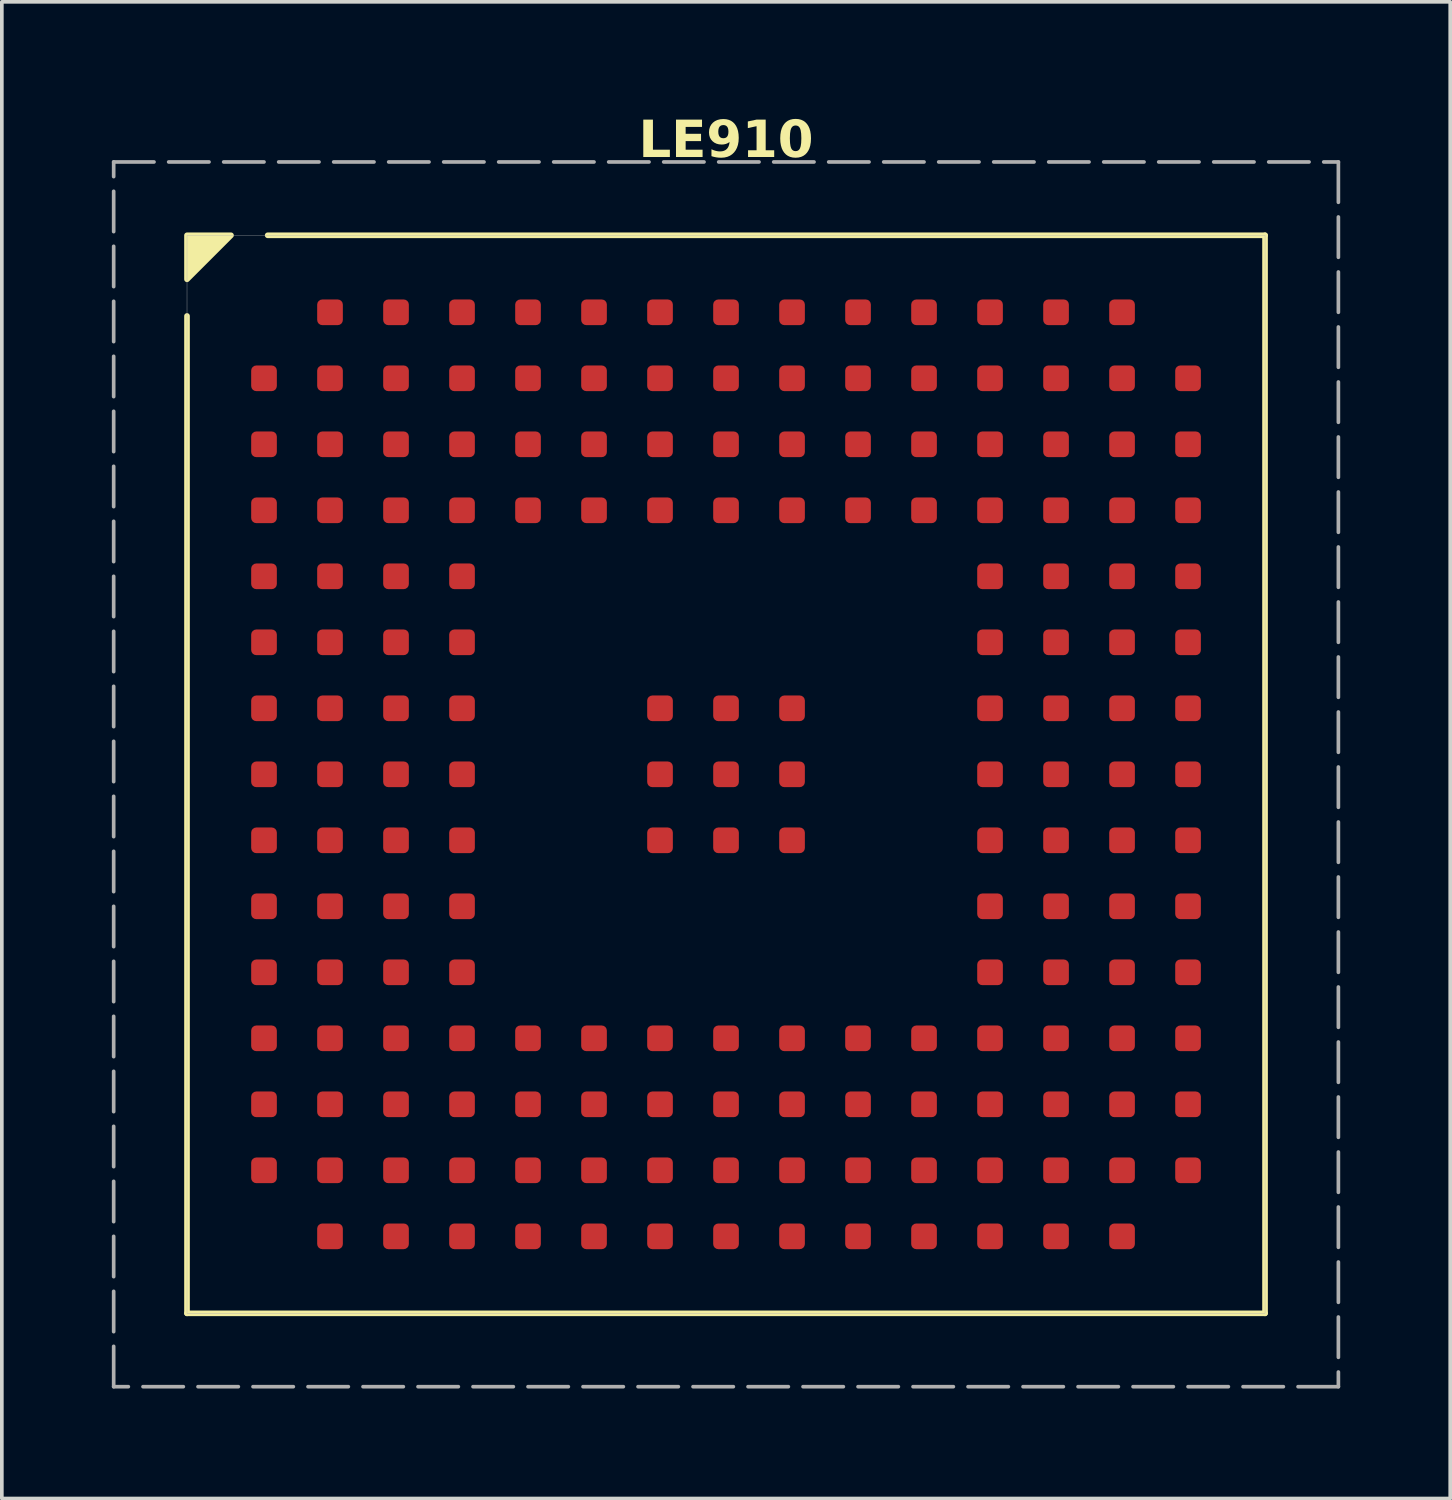
<source format=kicad_pcb>
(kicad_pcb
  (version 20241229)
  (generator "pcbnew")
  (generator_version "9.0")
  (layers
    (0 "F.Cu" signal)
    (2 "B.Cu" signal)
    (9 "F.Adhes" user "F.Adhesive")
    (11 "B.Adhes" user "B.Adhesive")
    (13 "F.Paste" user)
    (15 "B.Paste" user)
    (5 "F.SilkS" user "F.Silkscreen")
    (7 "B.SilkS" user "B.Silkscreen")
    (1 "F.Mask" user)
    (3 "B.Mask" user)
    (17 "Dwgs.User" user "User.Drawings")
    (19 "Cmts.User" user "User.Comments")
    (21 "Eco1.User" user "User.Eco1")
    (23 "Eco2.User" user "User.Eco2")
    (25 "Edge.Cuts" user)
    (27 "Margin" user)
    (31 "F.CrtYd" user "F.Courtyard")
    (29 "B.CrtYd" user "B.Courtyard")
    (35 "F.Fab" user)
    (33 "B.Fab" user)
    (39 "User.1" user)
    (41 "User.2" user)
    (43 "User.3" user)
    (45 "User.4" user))
  (footprint "LE910"
    (layer "F.Cu")
    (at 16.75 18.067)
    (property "Reference" "LE910" (at 0 -17.25 0) (unlocked yes) (layer "F.SilkS") (effects (font (face "Arial") (size 1 1) (thickness 0.2) (bold yes))))
    (attr smd)
    (fp_line (start -14.7 14.7) (end -14.7 -12.5) (stroke (width 0.154) (type default)) (layer "F.SilkS"))
    (fp_line (start -14.7 14.7) (end 14.7 14.7) (stroke (width 0.154) (type default)) (layer "F.SilkS"))
    (fp_line (start -12.5 -14.7) (end 14.7 -14.7) (stroke (width 0.154) (type default)) (layer "F.SilkS"))
    (fp_line (start 14.7 -14.7) (end 14.7 14.7) (stroke (width 0.154) (type default)) (layer "F.SilkS"))
    (fp_poly (pts (xy -14.7 -14.7) (xy -14.7 -13.5) (xy -13.5 -14.7)) (stroke (width 0.154) (type solid)) (fill yes) (layer "F.SilkS"))
    (fp_rect (start -16.7 -16.7) (end 16.7 16.7) (stroke (width 0.1) (type dash)) (fill no) (layer "F.Fab"))
    (fp_rect (start -14.7 -14.7) (end 14.7 14.7) (stroke (width 0.01) (type solid)) (fill no) (layer "F.Fab"))
    (pad "A2" smd roundrect (at -12.6 -10.8) (size 0.7 0.7) (layers "F.Cu" "F.Mask" "F.Paste") (roundrect_rratio 0.2))
    (pad "A3" smd roundrect (at -12.6 -9) (size 0.7 0.7) (layers "F.Cu" "F.Mask" "F.Paste") (roundrect_rratio 0.2))
    (pad "A4" smd roundrect (at -12.6 -7.2) (size 0.7 0.7) (layers "F.Cu" "F.Mask" "F.Paste") (roundrect_rratio 0.2))
    (pad "A5" smd roundrect (at -12.6 -5.4) (size 0.7 0.7) (layers "F.Cu" "F.Mask" "F.Paste") (roundrect_rratio 0.2))
    (pad "A6" smd roundrect (at -12.6 -3.6) (size 0.7 0.7) (layers "F.Cu" "F.Mask" "F.Paste") (roundrect_rratio 0.2))
    (pad "A7" smd roundrect (at -12.6 -1.8) (size 0.7 0.7) (layers "F.Cu" "F.Mask" "F.Paste") (roundrect_rratio 0.2))
    (pad "A8" smd roundrect (at -12.6 0) (size 0.7 0.7) (layers "F.Cu" "F.Mask" "F.Paste") (roundrect_rratio 0.2))
    (pad "A9" smd roundrect (at -12.6 1.8) (size 0.7 0.7) (layers "F.Cu" "F.Mask" "F.Paste") (roundrect_rratio 0.2))
    (pad "A10" smd roundrect (at -12.6 3.6) (size 0.7 0.7) (layers "F.Cu" "F.Mask" "F.Paste") (roundrect_rratio 0.2))
    (pad "A11" smd roundrect (at -12.6 5.4) (size 0.7 0.7) (layers "F.Cu" "F.Mask" "F.Paste") (roundrect_rratio 0.2))
    (pad "A12" smd roundrect (at -12.6 7.2) (size 0.7 0.7) (layers "F.Cu" "F.Mask" "F.Paste") (roundrect_rratio 0.2))
    (pad "A13" smd roundrect (at -12.6 9) (size 0.7 0.7) (layers "F.Cu" "F.Mask" "F.Paste") (roundrect_rratio 0.2))
    (pad "A14" smd roundrect (at -12.6 10.8) (size 0.7 0.7) (layers "F.Cu" "F.Mask" "F.Paste") (roundrect_rratio 0.2))
    (pad "B1" smd roundrect (at -10.8 -12.6) (size 0.7 0.7) (layers "F.Cu" "F.Mask" "F.Paste") (roundrect_rratio 0.2))
    (pad "B2" smd roundrect (at -10.8 -10.8) (size 0.7 0.7) (layers "F.Cu" "F.Mask" "F.Paste") (roundrect_rratio 0.2))
    (pad "B3" smd roundrect (at -10.8 -9) (size 0.7 0.7) (layers "F.Cu" "F.Mask" "F.Paste") (roundrect_rratio 0.2))
    (pad "B4" smd roundrect (at -10.8 -7.2) (size 0.7 0.7) (layers "F.Cu" "F.Mask" "F.Paste") (roundrect_rratio 0.2))
    (pad "B5" smd roundrect (at -10.8 -5.4) (size 0.7 0.7) (layers "F.Cu" "F.Mask" "F.Paste") (roundrect_rratio 0.2))
    (pad "B6" smd roundrect (at -10.8 -3.6) (size 0.7 0.7) (layers "F.Cu" "F.Mask" "F.Paste") (roundrect_rratio 0.2))
    (pad "B7" smd roundrect (at -10.8 -1.8) (size 0.7 0.7) (layers "F.Cu" "F.Mask" "F.Paste") (roundrect_rratio 0.2))
    (pad "B8" smd roundrect (at -10.8 0) (size 0.7 0.7) (layers "F.Cu" "F.Mask" "F.Paste") (roundrect_rratio 0.2))
    (pad "B9" smd roundrect (at -10.8 1.8) (size 0.7 0.7) (layers "F.Cu" "F.Mask" "F.Paste") (roundrect_rratio 0.2))
    (pad "B10" smd roundrect (at -10.8 3.6) (size 0.7 0.7) (layers "F.Cu" "F.Mask" "F.Paste") (roundrect_rratio 0.2))
    (pad "B11" smd roundrect (at -10.8 5.4) (size 0.7 0.7) (layers "F.Cu" "F.Mask" "F.Paste") (roundrect_rratio 0.2))
    (pad "B12" smd roundrect (at -10.8 7.2) (size 0.7 0.7) (layers "F.Cu" "F.Mask" "F.Paste") (roundrect_rratio 0.2))
    (pad "B13" smd roundrect (at -10.8 9) (size 0.7 0.7) (layers "F.Cu" "F.Mask" "F.Paste") (roundrect_rratio 0.2))
    (pad "B14" smd roundrect (at -10.8 10.8) (size 0.7 0.7) (layers "F.Cu" "F.Mask" "F.Paste") (roundrect_rratio 0.2))
    (pad "B15" smd roundrect (at -10.8 12.6) (size 0.7 0.7) (layers "F.Cu" "F.Mask" "F.Paste") (roundrect_rratio 0.2))
    (pad "C1" smd roundrect (at -9 -12.6) (size 0.7 0.7) (layers "F.Cu" "F.Mask" "F.Paste") (roundrect_rratio 0.2))
    (pad "C2" smd roundrect (at -9 -10.8) (size 0.7 0.7) (layers "F.Cu" "F.Mask" "F.Paste") (roundrect_rratio 0.2))
    (pad "C3" smd roundrect (at -9 -9) (size 0.7 0.7) (layers "F.Cu" "F.Mask" "F.Paste") (roundrect_rratio 0.2))
    (pad "C4" smd roundrect (at -9 -7.2) (size 0.7 0.7) (layers "F.Cu" "F.Mask" "F.Paste") (roundrect_rratio 0.2))
    (pad "C5" smd roundrect (at -9 -5.4) (size 0.7 0.7) (layers "F.Cu" "F.Mask" "F.Paste") (roundrect_rratio 0.2))
    (pad "C6" smd roundrect (at -9 -3.6) (size 0.7 0.7) (layers "F.Cu" "F.Mask" "F.Paste") (roundrect_rratio 0.2))
    (pad "C7" smd roundrect (at -9 -1.8) (size 0.7 0.7) (layers "F.Cu" "F.Mask" "F.Paste") (roundrect_rratio 0.2))
    (pad "C8" smd roundrect (at -9 0) (size 0.7 0.7) (layers "F.Cu" "F.Mask" "F.Paste") (roundrect_rratio 0.2))
    (pad "C9" smd roundrect (at -9 1.8) (size 0.7 0.7) (layers "F.Cu" "F.Mask" "F.Paste") (roundrect_rratio 0.2))
    (pad "C10" smd roundrect (at -9 3.6) (size 0.7 0.7) (layers "F.Cu" "F.Mask" "F.Paste") (roundrect_rratio 0.2))
    (pad "C11" smd roundrect (at -9 5.4) (size 0.7 0.7) (layers "F.Cu" "F.Mask" "F.Paste") (roundrect_rratio 0.2))
    (pad "C12" smd roundrect (at -9 7.2) (size 0.7 0.7) (layers "F.Cu" "F.Mask" "F.Paste") (roundrect_rratio 0.2))
    (pad "C13" smd roundrect (at -9 9) (size 0.7 0.7) (layers "F.Cu" "F.Mask" "F.Paste") (roundrect_rratio 0.2))
    (pad "C14" smd roundrect (at -9 10.8) (size 0.7 0.7) (layers "F.Cu" "F.Mask" "F.Paste") (roundrect_rratio 0.2))
    (pad "C15" smd roundrect (at -9 12.6) (size 0.7 0.7) (layers "F.Cu" "F.Mask" "F.Paste") (roundrect_rratio 0.2))
    (pad "D1" smd roundrect (at -7.2 -12.6) (size 0.7 0.7) (layers "F.Cu" "F.Mask" "F.Paste") (roundrect_rratio 0.2))
    (pad "D2" smd roundrect (at -7.2 -10.8) (size 0.7 0.7) (layers "F.Cu" "F.Mask" "F.Paste") (roundrect_rratio 0.2))
    (pad "D3" smd roundrect (at -7.2 -9) (size 0.7 0.7) (layers "F.Cu" "F.Mask" "F.Paste") (roundrect_rratio 0.2))
    (pad "D4" smd roundrect (at -7.2 -7.2) (size 0.7 0.7) (layers "F.Cu" "F.Mask" "F.Paste") (roundrect_rratio 0.2))
    (pad "D5" smd roundrect (at -7.2 -5.4) (size 0.7 0.7) (layers "F.Cu" "F.Mask" "F.Paste") (roundrect_rratio 0.2))
    (pad "D6" smd roundrect (at -7.2 -3.6) (size 0.7 0.7) (layers "F.Cu" "F.Mask" "F.Paste") (roundrect_rratio 0.2))
    (pad "D7" smd roundrect (at -7.2 -1.8) (size 0.7 0.7) (layers "F.Cu" "F.Mask" "F.Paste") (roundrect_rratio 0.2))
    (pad "D8" smd roundrect (at -7.2 0) (size 0.7 0.7) (layers "F.Cu" "F.Mask" "F.Paste") (roundrect_rratio 0.2))
    (pad "D9" smd roundrect (at -7.2 1.8) (size 0.7 0.7) (layers "F.Cu" "F.Mask" "F.Paste") (roundrect_rratio 0.2))
    (pad "D10" smd roundrect (at -7.2 3.6) (size 0.7 0.7) (layers "F.Cu" "F.Mask" "F.Paste") (roundrect_rratio 0.2))
    (pad "D11" smd roundrect (at -7.2 5.4) (size 0.7 0.7) (layers "F.Cu" "F.Mask" "F.Paste") (roundrect_rratio 0.2))
    (pad "D12" smd roundrect (at -7.2 7.2) (size 0.7 0.7) (layers "F.Cu" "F.Mask" "F.Paste") (roundrect_rratio 0.2))
    (pad "D13" smd roundrect (at -7.2 9) (size 0.7 0.7) (layers "F.Cu" "F.Mask" "F.Paste") (roundrect_rratio 0.2))
    (pad "D14" smd roundrect (at -7.2 10.8) (size 0.7 0.7) (layers "F.Cu" "F.Mask" "F.Paste") (roundrect_rratio 0.2))
    (pad "D15" smd roundrect (at -7.2 12.6) (size 0.7 0.7) (layers "F.Cu" "F.Mask" "F.Paste") (roundrect_rratio 0.2))
    (pad "E1" smd roundrect (at -5.4 -12.6) (size 0.7 0.7) (layers "F.Cu" "F.Mask" "F.Paste") (roundrect_rratio 0.2))
    (pad "E2" smd roundrect (at -5.4 -10.8) (size 0.7 0.7) (layers "F.Cu" "F.Mask" "F.Paste") (roundrect_rratio 0.2))
    (pad "E3" smd roundrect (at -5.4 -9) (size 0.7 0.7) (layers "F.Cu" "F.Mask" "F.Paste") (roundrect_rratio 0.2))
    (pad "E4" smd roundrect (at -5.4 -7.2) (size 0.7 0.7) (layers "F.Cu" "F.Mask" "F.Paste") (roundrect_rratio 0.2))
    (pad "E12" smd roundrect (at -5.4 7.2) (size 0.7 0.7) (layers "F.Cu" "F.Mask" "F.Paste") (roundrect_rratio 0.2))
    (pad "E13" smd roundrect (at -5.4 9) (size 0.7 0.7) (layers "F.Cu" "F.Mask" "F.Paste") (roundrect_rratio 0.2))
    (pad "E14" smd roundrect (at -5.4 10.8) (size 0.7 0.7) (layers "F.Cu" "F.Mask" "F.Paste") (roundrect_rratio 0.2))
    (pad "E15" smd roundrect (at -5.4 12.6) (size 0.7 0.7) (layers "F.Cu" "F.Mask" "F.Paste") (roundrect_rratio 0.2))
    (pad "F1" smd roundrect (at -3.6 -12.6) (size 0.7 0.7) (layers "F.Cu" "F.Mask" "F.Paste") (roundrect_rratio 0.2))
    (pad "F2" smd roundrect (at -3.6 -10.8) (size 0.7 0.7) (layers "F.Cu" "F.Mask" "F.Paste") (roundrect_rratio 0.2))
    (pad "F3" smd roundrect (at -3.6 -9) (size 0.7 0.7) (layers "F.Cu" "F.Mask" "F.Paste") (roundrect_rratio 0.2))
    (pad "F4" smd roundrect (at -3.6 -7.2) (size 0.7 0.7) (layers "F.Cu" "F.Mask" "F.Paste") (roundrect_rratio 0.2))
    (pad "F12" smd roundrect (at -3.6 7.2) (size 0.7 0.7) (layers "F.Cu" "F.Mask" "F.Paste") (roundrect_rratio 0.2))
    (pad "F13" smd roundrect (at -3.6 9) (size 0.7 0.7) (layers "F.Cu" "F.Mask" "F.Paste") (roundrect_rratio 0.2))
    (pad "F14" smd roundrect (at -3.6 10.8) (size 0.7 0.7) (layers "F.Cu" "F.Mask" "F.Paste") (roundrect_rratio 0.2))
    (pad "F15" smd roundrect (at -3.6 12.6) (size 0.7 0.7) (layers "F.Cu" "F.Mask" "F.Paste") (roundrect_rratio 0.2))
    (pad "G1" smd roundrect (at -1.8 -12.6) (size 0.7 0.7) (layers "F.Cu" "F.Mask" "F.Paste") (roundrect_rratio 0.2))
    (pad "G2" smd roundrect (at -1.8 -10.8) (size 0.7 0.7) (layers "F.Cu" "F.Mask" "F.Paste") (roundrect_rratio 0.2))
    (pad "G3" smd roundrect (at -1.8 -9) (size 0.7 0.7) (layers "F.Cu" "F.Mask" "F.Paste") (roundrect_rratio 0.2))
    (pad "G4" smd roundrect (at -1.8 -7.2) (size 0.7 0.7) (layers "F.Cu" "F.Mask" "F.Paste") (roundrect_rratio 0.2))
    (pad "G7" smd roundrect (at -1.8 -1.8) (size 0.7 0.7) (layers "F.Cu" "F.Mask" "F.Paste") (roundrect_rratio 0.2))
    (pad "G8" smd roundrect (at -1.8 0) (size 0.7 0.7) (layers "F.Cu" "F.Mask" "F.Paste") (roundrect_rratio 0.2))
    (pad "G9" smd roundrect (at -1.8 1.8) (size 0.7 0.7) (layers "F.Cu" "F.Mask" "F.Paste") (roundrect_rratio 0.2))
    (pad "G12" smd roundrect (at -1.8 7.2) (size 0.7 0.7) (layers "F.Cu" "F.Mask" "F.Paste") (roundrect_rratio 0.2))
    (pad "G13" smd roundrect (at -1.8 9) (size 0.7 0.7) (layers "F.Cu" "F.Mask" "F.Paste") (roundrect_rratio 0.2))
    (pad "G14" smd roundrect (at -1.8 10.8) (size 0.7 0.7) (layers "F.Cu" "F.Mask" "F.Paste") (roundrect_rratio 0.2))
    (pad "G15" smd roundrect (at -1.8 12.6) (size 0.7 0.7) (layers "F.Cu" "F.Mask" "F.Paste") (roundrect_rratio 0.2))
    (pad "H1" smd roundrect (at 0 -12.6) (size 0.7 0.7) (layers "F.Cu" "F.Mask" "F.Paste") (roundrect_rratio 0.2))
    (pad "H2" smd roundrect (at 0 -10.8) (size 0.7 0.7) (layers "F.Cu" "F.Mask" "F.Paste") (roundrect_rratio 0.2))
    (pad "H3" smd roundrect (at 0 -9) (size 0.7 0.7) (layers "F.Cu" "F.Mask" "F.Paste") (roundrect_rratio 0.2))
    (pad "H4" smd roundrect (at 0 -7.2) (size 0.7 0.7) (layers "F.Cu" "F.Mask" "F.Paste") (roundrect_rratio 0.2))
    (pad "H7" smd roundrect (at 0 -1.8) (size 0.7 0.7) (layers "F.Cu" "F.Mask" "F.Paste") (roundrect_rratio 0.2))
    (pad "H8" smd roundrect (at 0 0) (size 0.7 0.7) (layers "F.Cu" "F.Mask" "F.Paste") (roundrect_rratio 0.2))
    (pad "H9" smd roundrect (at 0 1.8) (size 0.7 0.7) (layers "F.Cu" "F.Mask" "F.Paste") (roundrect_rratio 0.2))
    (pad "H12" smd roundrect (at 0 7.2) (size 0.7 0.7) (layers "F.Cu" "F.Mask" "F.Paste") (roundrect_rratio 0.2))
    (pad "H13" smd roundrect (at 0 9) (size 0.7 0.7) (layers "F.Cu" "F.Mask" "F.Paste") (roundrect_rratio 0.2))
    (pad "H14" smd roundrect (at 0 10.8) (size 0.7 0.7) (layers "F.Cu" "F.Mask" "F.Paste") (roundrect_rratio 0.2))
    (pad "H15" smd roundrect (at 0 12.6) (size 0.7 0.7) (layers "F.Cu" "F.Mask" "F.Paste") (roundrect_rratio 0.2))
    (pad "J1" smd roundrect (at 1.8 -12.6) (size 0.7 0.7) (layers "F.Cu" "F.Mask" "F.Paste") (roundrect_rratio 0.2))
    (pad "J2" smd roundrect (at 1.8 -10.8) (size 0.7 0.7) (layers "F.Cu" "F.Mask" "F.Paste") (roundrect_rratio 0.2))
    (pad "J3" smd roundrect (at 1.8 -9) (size 0.7 0.7) (layers "F.Cu" "F.Mask" "F.Paste") (roundrect_rratio 0.2))
    (pad "J4" smd roundrect (at 1.8 -7.2) (size 0.7 0.7) (layers "F.Cu" "F.Mask" "F.Paste") (roundrect_rratio 0.2))
    (pad "J7" smd roundrect (at 1.8 -1.8) (size 0.7 0.7) (layers "F.Cu" "F.Mask" "F.Paste") (roundrect_rratio 0.2))
    (pad "J8" smd roundrect (at 1.8 0) (size 0.7 0.7) (layers "F.Cu" "F.Mask" "F.Paste") (roundrect_rratio 0.2))
    (pad "J9" smd roundrect (at 1.8 1.8) (size 0.7 0.7) (layers "F.Cu" "F.Mask" "F.Paste") (roundrect_rratio 0.2))
    (pad "J12" smd roundrect (at 1.8 7.2) (size 0.7 0.7) (layers "F.Cu" "F.Mask" "F.Paste") (roundrect_rratio 0.2))
    (pad "J13" smd roundrect (at 1.8 9) (size 0.7 0.7) (layers "F.Cu" "F.Mask" "F.Paste") (roundrect_rratio 0.2))
    (pad "J14" smd roundrect (at 1.8 10.8) (size 0.7 0.7) (layers "F.Cu" "F.Mask" "F.Paste") (roundrect_rratio 0.2))
    (pad "J15" smd roundrect (at 1.8 12.6) (size 0.7 0.7) (layers "F.Cu" "F.Mask" "F.Paste") (roundrect_rratio 0.2))
    (pad "K1" smd roundrect (at 3.6 -12.6) (size 0.7 0.7) (layers "F.Cu" "F.Mask" "F.Paste") (roundrect_rratio 0.2))
    (pad "K2" smd roundrect (at 3.6 -10.8) (size 0.7 0.7) (layers "F.Cu" "F.Mask" "F.Paste") (roundrect_rratio 0.2))
    (pad "K3" smd roundrect (at 3.6 -9) (size 0.7 0.7) (layers "F.Cu" "F.Mask" "F.Paste") (roundrect_rratio 0.2))
    (pad "K4" smd roundrect (at 3.6 -7.2) (size 0.7 0.7) (layers "F.Cu" "F.Mask" "F.Paste") (roundrect_rratio 0.2))
    (pad "K12" smd roundrect (at 3.6 7.2) (size 0.7 0.7) (layers "F.Cu" "F.Mask" "F.Paste") (roundrect_rratio 0.2))
    (pad "K13" smd roundrect (at 3.6 9) (size 0.7 0.7) (layers "F.Cu" "F.Mask" "F.Paste") (roundrect_rratio 0.2))
    (pad "K14" smd roundrect (at 3.6 10.8) (size 0.7 0.7) (layers "F.Cu" "F.Mask" "F.Paste") (roundrect_rratio 0.2))
    (pad "K15" smd roundrect (at 3.6 12.6) (size 0.7 0.7) (layers "F.Cu" "F.Mask" "F.Paste") (roundrect_rratio 0.2))
    (pad "L1" smd roundrect (at 5.4 -12.6) (size 0.7 0.7) (layers "F.Cu" "F.Mask" "F.Paste") (roundrect_rratio 0.2))
    (pad "L2" smd roundrect (at 5.4 -10.8) (size 0.7 0.7) (layers "F.Cu" "F.Mask" "F.Paste") (roundrect_rratio 0.2))
    (pad "L3" smd roundrect (at 5.4 -9) (size 0.7 0.7) (layers "F.Cu" "F.Mask" "F.Paste") (roundrect_rratio 0.2))
    (pad "L4" smd roundrect (at 5.4 -7.2) (size 0.7 0.7) (layers "F.Cu" "F.Mask" "F.Paste") (roundrect_rratio 0.2))
    (pad "L12" smd roundrect (at 5.4 7.2) (size 0.7 0.7) (layers "F.Cu" "F.Mask" "F.Paste") (roundrect_rratio 0.2))
    (pad "L13" smd roundrect (at 5.4 9) (size 0.7 0.7) (layers "F.Cu" "F.Mask" "F.Paste") (roundrect_rratio 0.2))
    (pad "L14" smd roundrect (at 5.4 10.8) (size 0.7 0.7) (layers "F.Cu" "F.Mask" "F.Paste") (roundrect_rratio 0.2))
    (pad "L15" smd roundrect (at 5.4 12.6) (size 0.7 0.7) (layers "F.Cu" "F.Mask" "F.Paste") (roundrect_rratio 0.2))
    (pad "M1" smd roundrect (at 7.2 -12.6) (size 0.7 0.7) (layers "F.Cu" "F.Mask" "F.Paste") (roundrect_rratio 0.2))
    (pad "M2" smd roundrect (at 7.2 -10.8) (size 0.7 0.7) (layers "F.Cu" "F.Mask" "F.Paste") (roundrect_rratio 0.2))
    (pad "M3" smd roundrect (at 7.2 -9) (size 0.7 0.7) (layers "F.Cu" "F.Mask" "F.Paste") (roundrect_rratio 0.2))
    (pad "M4" smd roundrect (at 7.2 -7.2) (size 0.7 0.7) (layers "F.Cu" "F.Mask" "F.Paste") (roundrect_rratio 0.2))
    (pad "M5" smd roundrect (at 7.2 -5.4) (size 0.7 0.7) (layers "F.Cu" "F.Mask" "F.Paste") (roundrect_rratio 0.2))
    (pad "M6" smd roundrect (at 7.2 -3.6) (size 0.7 0.7) (layers "F.Cu" "F.Mask" "F.Paste") (roundrect_rratio 0.2))
    (pad "M7" smd roundrect (at 7.2 -1.8) (size 0.7 0.7) (layers "F.Cu" "F.Mask" "F.Paste") (roundrect_rratio 0.2))
    (pad "M8" smd roundrect (at 7.2 0) (size 0.7 0.7) (layers "F.Cu" "F.Mask" "F.Paste") (roundrect_rratio 0.2))
    (pad "M9" smd roundrect (at 7.2 1.8) (size 0.7 0.7) (layers "F.Cu" "F.Mask" "F.Paste") (roundrect_rratio 0.2))
    (pad "M10" smd roundrect (at 7.2 3.6) (size 0.7 0.7) (layers "F.Cu" "F.Mask" "F.Paste") (roundrect_rratio 0.2))
    (pad "M11" smd roundrect (at 7.2 5.4) (size 0.7 0.7) (layers "F.Cu" "F.Mask" "F.Paste") (roundrect_rratio 0.2))
    (pad "M12" smd roundrect (at 7.2 7.2) (size 0.7 0.7) (layers "F.Cu" "F.Mask" "F.Paste") (roundrect_rratio 0.2))
    (pad "M13" smd roundrect (at 7.2 9) (size 0.7 0.7) (layers "F.Cu" "F.Mask" "F.Paste") (roundrect_rratio 0.2))
    (pad "M14" smd roundrect (at 7.2 10.8) (size 0.7 0.7) (layers "F.Cu" "F.Mask" "F.Paste") (roundrect_rratio 0.2))
    (pad "M15" smd roundrect (at 7.2 12.6) (size 0.7 0.7) (layers "F.Cu" "F.Mask" "F.Paste") (roundrect_rratio 0.2))
    (pad "N1" smd roundrect (at 9 -12.6) (size 0.7 0.7) (layers "F.Cu" "F.Mask" "F.Paste") (roundrect_rratio 0.2))
    (pad "N2" smd roundrect (at 9 -10.8) (size 0.7 0.7) (layers "F.Cu" "F.Mask" "F.Paste") (roundrect_rratio 0.2))
    (pad "N3" smd roundrect (at 9 -9) (size 0.7 0.7) (layers "F.Cu" "F.Mask" "F.Paste") (roundrect_rratio 0.2))
    (pad "N4" smd roundrect (at 9 -7.2) (size 0.7 0.7) (layers "F.Cu" "F.Mask" "F.Paste") (roundrect_rratio 0.2))
    (pad "N5" smd roundrect (at 9 -5.4) (size 0.7 0.7) (layers "F.Cu" "F.Mask" "F.Paste") (roundrect_rratio 0.2))
    (pad "N6" smd roundrect (at 9 -3.6) (size 0.7 0.7) (layers "F.Cu" "F.Mask" "F.Paste") (roundrect_rratio 0.2))
    (pad "N7" smd roundrect (at 9 -1.8) (size 0.7 0.7) (layers "F.Cu" "F.Mask" "F.Paste") (roundrect_rratio 0.2))
    (pad "N8" smd roundrect (at 9 0) (size 0.7 0.7) (layers "F.Cu" "F.Mask" "F.Paste") (roundrect_rratio 0.2))
    (pad "N9" smd roundrect (at 9 1.8) (size 0.7 0.7) (layers "F.Cu" "F.Mask" "F.Paste") (roundrect_rratio 0.2))
    (pad "N10" smd roundrect (at 9 3.6) (size 0.7 0.7) (layers "F.Cu" "F.Mask" "F.Paste") (roundrect_rratio 0.2))
    (pad "N11" smd roundrect (at 9 5.4) (size 0.7 0.7) (layers "F.Cu" "F.Mask" "F.Paste") (roundrect_rratio 0.2))
    (pad "N12" smd roundrect (at 9 7.2) (size 0.7 0.7) (layers "F.Cu" "F.Mask" "F.Paste") (roundrect_rratio 0.2))
    (pad "N13" smd roundrect (at 9 9) (size 0.7 0.7) (layers "F.Cu" "F.Mask" "F.Paste") (roundrect_rratio 0.2))
    (pad "N14" smd roundrect (at 9 10.8) (size 0.7 0.7) (layers "F.Cu" "F.Mask" "F.Paste") (roundrect_rratio 0.2))
    (pad "N15" smd roundrect (at 9 12.6) (size 0.7 0.7) (layers "F.Cu" "F.Mask" "F.Paste") (roundrect_rratio 0.2))
    (pad "P1" smd roundrect (at 10.8 -12.6) (size 0.7 0.7) (layers "F.Cu" "F.Mask" "F.Paste") (roundrect_rratio 0.2))
    (pad "P2" smd roundrect (at 10.8 -10.8) (size 0.7 0.7) (layers "F.Cu" "F.Mask" "F.Paste") (roundrect_rratio 0.2))
    (pad "P3" smd roundrect (at 10.8 -9) (size 0.7 0.7) (layers "F.Cu" "F.Mask" "F.Paste") (roundrect_rratio 0.2))
    (pad "P4" smd roundrect (at 10.8 -7.2) (size 0.7 0.7) (layers "F.Cu" "F.Mask" "F.Paste") (roundrect_rratio 0.2))
    (pad "P5" smd roundrect (at 10.8 -5.4) (size 0.7 0.7) (layers "F.Cu" "F.Mask" "F.Paste") (roundrect_rratio 0.2))
    (pad "P6" smd roundrect (at 10.8 -3.6) (size 0.7 0.7) (layers "F.Cu" "F.Mask" "F.Paste") (roundrect_rratio 0.2))
    (pad "P7" smd roundrect (at 10.8 -1.8) (size 0.7 0.7) (layers "F.Cu" "F.Mask" "F.Paste") (roundrect_rratio 0.2))
    (pad "P8" smd roundrect (at 10.8 0) (size 0.7 0.7) (layers "F.Cu" "F.Mask" "F.Paste") (roundrect_rratio 0.2))
    (pad "P9" smd roundrect (at 10.8 1.8) (size 0.7 0.7) (layers "F.Cu" "F.Mask" "F.Paste") (roundrect_rratio 0.2))
    (pad "P10" smd roundrect (at 10.8 3.6) (size 0.7 0.7) (layers "F.Cu" "F.Mask" "F.Paste") (roundrect_rratio 0.2))
    (pad "P11" smd roundrect (at 10.8 5.4) (size 0.7 0.7) (layers "F.Cu" "F.Mask" "F.Paste") (roundrect_rratio 0.2))
    (pad "P12" smd roundrect (at 10.8 7.2) (size 0.7 0.7) (layers "F.Cu" "F.Mask" "F.Paste") (roundrect_rratio 0.2))
    (pad "P13" smd roundrect (at 10.8 9) (size 0.7 0.7) (layers "F.Cu" "F.Mask" "F.Paste") (roundrect_rratio 0.2))
    (pad "P14" smd roundrect (at 10.8 10.8) (size 0.7 0.7) (layers "F.Cu" "F.Mask" "F.Paste") (roundrect_rratio 0.2))
    (pad "P15" smd roundrect (at 10.8 12.6) (size 0.7 0.7) (layers "F.Cu" "F.Mask" "F.Paste") (roundrect_rratio 0.2))
    (pad "R2" smd roundrect (at 12.6 -10.8) (size 0.7 0.7) (layers "F.Cu" "F.Mask" "F.Paste") (roundrect_rratio 0.2))
    (pad "R3" smd roundrect (at 12.6 -9) (size 0.7 0.7) (layers "F.Cu" "F.Mask" "F.Paste") (roundrect_rratio 0.2))
    (pad "R4" smd roundrect (at 12.6 -7.2) (size 0.7 0.7) (layers "F.Cu" "F.Mask" "F.Paste") (roundrect_rratio 0.2))
    (pad "R5" smd roundrect (at 12.6 -5.4) (size 0.7 0.7) (layers "F.Cu" "F.Mask" "F.Paste") (roundrect_rratio 0.2))
    (pad "R6" smd roundrect (at 12.6 -3.6) (size 0.7 0.7) (layers "F.Cu" "F.Mask" "F.Paste") (roundrect_rratio 0.2))
    (pad "R7" smd roundrect (at 12.6 -1.8) (size 0.7 0.7) (layers "F.Cu" "F.Mask" "F.Paste") (roundrect_rratio 0.2))
    (pad "R8" smd roundrect (at 12.6 0) (size 0.7 0.7) (layers "F.Cu" "F.Mask" "F.Paste") (roundrect_rratio 0.2))
    (pad "R9" smd roundrect (at 12.6 1.8) (size 0.7 0.7) (layers "F.Cu" "F.Mask" "F.Paste") (roundrect_rratio 0.2))
    (pad "R10" smd roundrect (at 12.6 3.6) (size 0.7 0.7) (layers "F.Cu" "F.Mask" "F.Paste") (roundrect_rratio 0.2))
    (pad "R11" smd roundrect (at 12.6 5.4) (size 0.7 0.7) (layers "F.Cu" "F.Mask" "F.Paste") (roundrect_rratio 0.2))
    (pad "R12" smd roundrect (at 12.6 7.2) (size 0.7 0.7) (layers "F.Cu" "F.Mask" "F.Paste") (roundrect_rratio 0.2))
    (pad "R13" smd roundrect (at 12.6 9) (size 0.7 0.7) (layers "F.Cu" "F.Mask" "F.Paste") (roundrect_rratio 0.2))
    (pad "R14" smd roundrect (at 12.6 10.8) (size 0.7 0.7) (layers "F.Cu" "F.Mask" "F.Paste") (roundrect_rratio 0.2)))
  (gr_rect
    (start -3 -3)
    (end 36.5 37.817)
    (stroke (width 0.1) (type default))
    (fill no)
    (layer "Edge.Cuts")))
</source>
